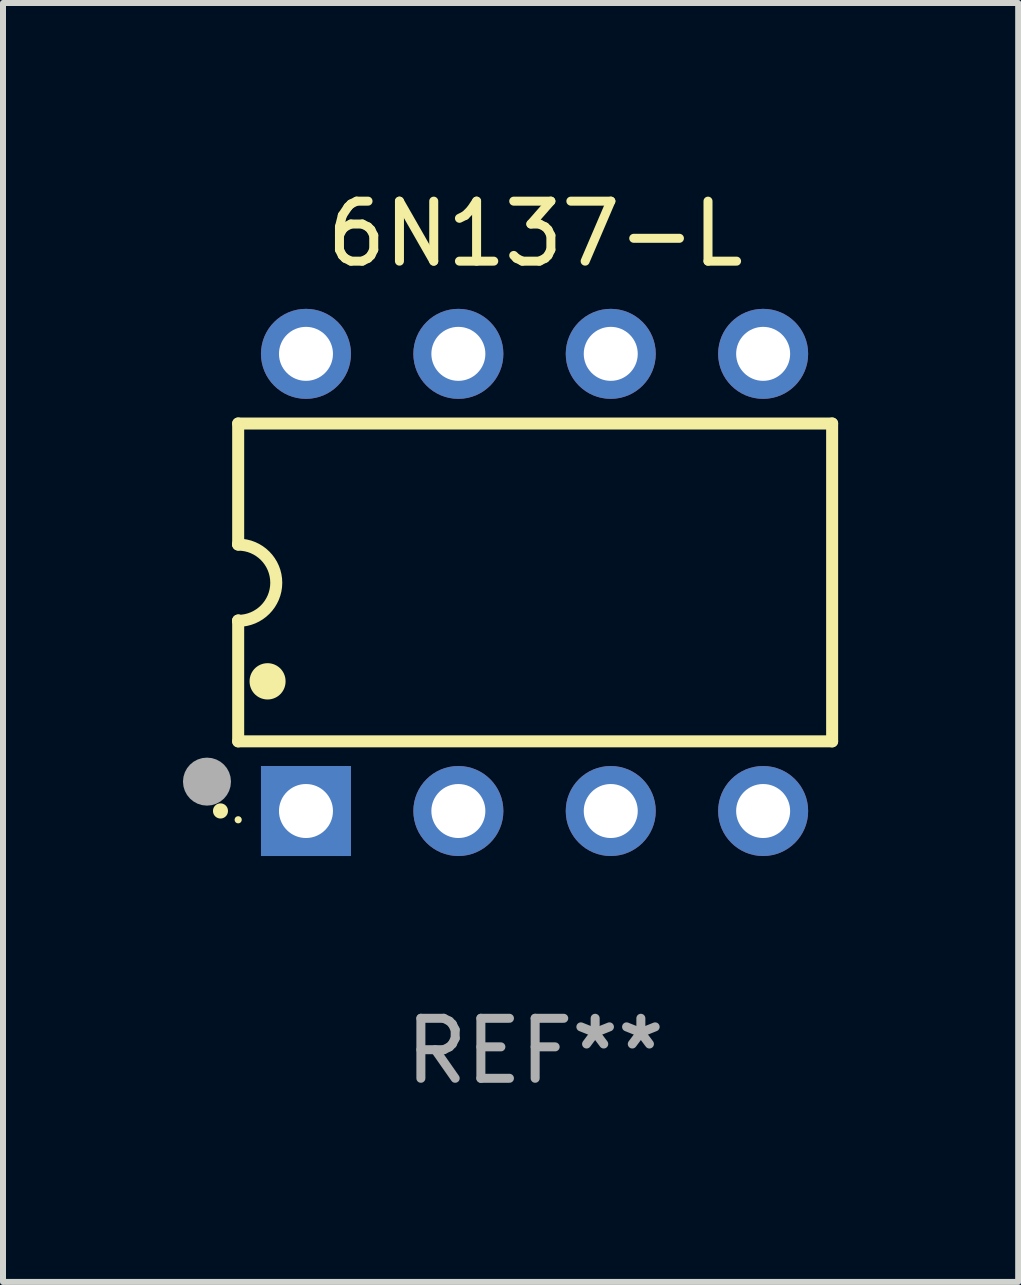
<source format=kicad_pcb>
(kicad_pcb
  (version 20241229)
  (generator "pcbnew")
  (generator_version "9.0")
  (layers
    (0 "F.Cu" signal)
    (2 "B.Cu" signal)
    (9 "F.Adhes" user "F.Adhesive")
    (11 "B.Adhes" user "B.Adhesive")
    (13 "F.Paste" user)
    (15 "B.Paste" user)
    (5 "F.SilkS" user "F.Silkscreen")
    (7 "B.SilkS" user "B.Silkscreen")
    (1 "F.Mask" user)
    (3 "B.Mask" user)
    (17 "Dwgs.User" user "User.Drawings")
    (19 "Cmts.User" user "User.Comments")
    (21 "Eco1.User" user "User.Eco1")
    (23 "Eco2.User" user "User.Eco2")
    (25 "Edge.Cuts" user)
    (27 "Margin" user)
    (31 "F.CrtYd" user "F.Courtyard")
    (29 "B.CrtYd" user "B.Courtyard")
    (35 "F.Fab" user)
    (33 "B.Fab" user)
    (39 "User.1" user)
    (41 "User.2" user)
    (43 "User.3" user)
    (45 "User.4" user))
  (footprint "6N137-L"
    (layer "F.Cu")
    (at 5.87 6.658)
    (property "Reference" "6N137-L" (at 0 -5.81 0) (layer "F.SilkS") (effects (font (size 1 1) (thickness 0.15))))
    (attr through_hole)
    (fp_line (start -4.95 -2.649) (end 4.95 -2.649) (stroke (width 0.2) (type solid)) (layer "F.SilkS"))
    (fp_line (start -4.95 -0.635) (end -4.95 -2.649) (stroke (width 0.2) (type solid)) (layer "F.SilkS"))
    (fp_line (start -4.95 0.635) (end -4.95 0.64) (stroke (width 0.2) (type solid)) (layer "F.SilkS"))
    (fp_line (start -4.95 2.649) (end -4.95 0.635) (stroke (width 0.2) (type solid)) (layer "F.SilkS"))
    (fp_line (start -4.95 -0.64) (end -4.95 -0.635) (stroke (width 0.2) (type solid)) (layer "F.SilkS"))
    (fp_line (start 4.95 -2.649) (end 4.95 2.649) (stroke (width 0.2) (type solid)) (layer "F.SilkS"))
    (fp_line (start 4.95 2.649) (end -4.95 2.649) (stroke (width 0.2) (type solid)) (layer "F.SilkS"))
    (fp_arc (start -5.24511 3.810008) (mid -5.245117 3.808738) (end -5.24511 3.807468) (stroke (width 0.25) (type solid)) (layer "F.SilkS"))
    (fp_arc (start -4.950165 -0.629997) (mid -4.315164 0.005004) (end -4.950165 0.640005) (stroke (width 0.2) (type solid)) (layer "F.SilkS"))
    (fp_arc (start -4.460249 1.651003) (mid -4.46026 1.648463) (end -4.460249 1.645923) (stroke (width 0.6) (type solid)) (layer "F.SilkS"))
    (fp_circle (center -4.95 3.956) (end -4.92 3.956) (stroke (width 0.06) (type solid)) (fill no) (layer "F.SilkS"))
    (fp_circle (center -5.47 3.32) (end -5.27 3.32) (stroke (width 0.4) (type solid)) (fill no) (layer "F.Fab"))
    (fp_text user "REF**" (at 0 7.81 0) (layer "F.Fab") (effects (font (size 1 1) (thickness 0.15))))
    (pad "1" thru_hole rect (at -3.82 3.81) (size 1.5 1.5) (drill 0.9) (layers "*.Cu" "*.Mask"))
    (pad "2" thru_hole circle (at -1.28 3.81) (size 1.5 1.5) (drill 0.9) (layers "*.Cu" "*.Mask"))
    (pad "3" thru_hole circle (at 1.26 3.81) (size 1.5 1.5) (drill 0.9) (layers "*.Cu" "*.Mask"))
    (pad "4" thru_hole circle (at 3.8 3.81) (size 1.5 1.5) (drill 0.9) (layers "*.Cu" "*.Mask"))
    (pad "5" thru_hole circle (at 3.8 -3.81) (size 1.5 1.5) (drill 0.9) (layers "*.Cu" "*.Mask"))
    (pad "6" thru_hole circle (at 1.26 -3.81) (size 1.5 1.5) (drill 0.9) (layers "*.Cu" "*.Mask"))
    (pad "7" thru_hole circle (at -1.28 -3.81) (size 1.5 1.5) (drill 0.9) (layers "*.Cu" "*.Mask"))
    (pad "8" thru_hole circle (at -3.82 -3.81) (size 1.5 1.5) (drill 0.9) (layers "*.Cu" "*.Mask")))
  (gr_rect
    (start -3 -3)
    (end 13.921 18.317)
    (stroke (width 0.1) (type default))
    (fill no)
    (layer "Edge.Cuts")))
</source>
